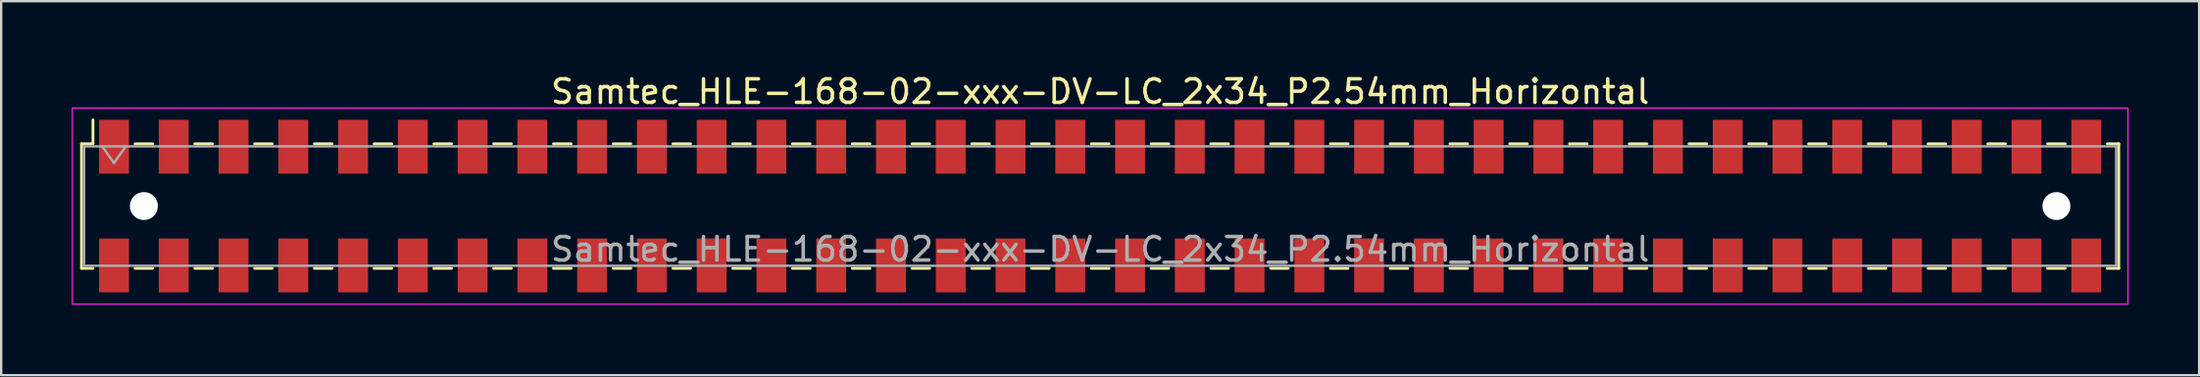
<source format=kicad_pcb>
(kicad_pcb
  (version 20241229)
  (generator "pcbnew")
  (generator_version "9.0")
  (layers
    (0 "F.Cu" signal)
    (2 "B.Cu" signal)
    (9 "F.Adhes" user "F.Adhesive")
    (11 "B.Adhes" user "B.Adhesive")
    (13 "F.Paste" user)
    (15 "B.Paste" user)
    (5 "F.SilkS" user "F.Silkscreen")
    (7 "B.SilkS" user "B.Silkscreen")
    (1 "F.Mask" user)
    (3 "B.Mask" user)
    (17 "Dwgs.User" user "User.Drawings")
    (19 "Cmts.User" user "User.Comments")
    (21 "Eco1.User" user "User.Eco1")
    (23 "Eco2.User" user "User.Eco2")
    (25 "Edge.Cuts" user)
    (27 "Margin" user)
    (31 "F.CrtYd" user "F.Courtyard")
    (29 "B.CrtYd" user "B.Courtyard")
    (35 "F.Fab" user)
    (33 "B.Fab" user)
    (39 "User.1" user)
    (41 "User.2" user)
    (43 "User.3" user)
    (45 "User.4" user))
  (footprint "Samtec_HLE-168-02-xxx-DV-LC_2x34_P2.54mm_Horizontal"
    (layer "F.Cu")
    (at 43.705 5.718)
    (property "Reference" "Samtec_HLE-168-02-xxx-DV-LC_2x34_P2.54mm_Horizontal" (at 0 -4.87 0) (layer "F.SilkS") (effects (font (size 1 1) (thickness 0.15))))
    (attr smd)
    (fp_line (start -43.29 -2.65) (end -43.29 2.65) (stroke (width 0.12) (type solid)) (layer "F.SilkS"))
    (fp_line (start -43.29 2.65) (end -42.805 2.65) (stroke (width 0.12) (type solid)) (layer "F.SilkS"))
    (fp_line (start -42.805 -3.67) (end -42.805 -2.65) (stroke (width 0.12) (type solid)) (layer "F.SilkS"))
    (fp_line (start -42.805 -2.65) (end -43.29 -2.65) (stroke (width 0.12) (type solid)) (layer "F.SilkS"))
    (fp_line (start -41.015 -2.65) (end -40.265 -2.65) (stroke (width 0.12) (type solid)) (layer "F.SilkS"))
    (fp_line (start -41.015 2.65) (end -40.265 2.65) (stroke (width 0.12) (type solid)) (layer "F.SilkS"))
    (fp_line (start -38.475 -2.65) (end -37.725 -2.65) (stroke (width 0.12) (type solid)) (layer "F.SilkS"))
    (fp_line (start -38.475 2.65) (end -37.725 2.65) (stroke (width 0.12) (type solid)) (layer "F.SilkS"))
    (fp_line (start -35.935 -2.65) (end -35.185 -2.65) (stroke (width 0.12) (type solid)) (layer "F.SilkS"))
    (fp_line (start -35.935 2.65) (end -35.185 2.65) (stroke (width 0.12) (type solid)) (layer "F.SilkS"))
    (fp_line (start -33.395 -2.65) (end -32.645 -2.65) (stroke (width 0.12) (type solid)) (layer "F.SilkS"))
    (fp_line (start -33.395 2.65) (end -32.645 2.65) (stroke (width 0.12) (type solid)) (layer "F.SilkS"))
    (fp_line (start -30.855 -2.65) (end -30.105 -2.65) (stroke (width 0.12) (type solid)) (layer "F.SilkS"))
    (fp_line (start -30.855 2.65) (end -30.105 2.65) (stroke (width 0.12) (type solid)) (layer "F.SilkS"))
    (fp_line (start -28.315 -2.65) (end -27.565 -2.65) (stroke (width 0.12) (type solid)) (layer "F.SilkS"))
    (fp_line (start -28.315 2.65) (end -27.565 2.65) (stroke (width 0.12) (type solid)) (layer "F.SilkS"))
    (fp_line (start -25.775 -2.65) (end -25.025 -2.65) (stroke (width 0.12) (type solid)) (layer "F.SilkS"))
    (fp_line (start -25.775 2.65) (end -25.025 2.65) (stroke (width 0.12) (type solid)) (layer "F.SilkS"))
    (fp_line (start -23.235 -2.65) (end -22.485 -2.65) (stroke (width 0.12) (type solid)) (layer "F.SilkS"))
    (fp_line (start -23.235 2.65) (end -22.485 2.65) (stroke (width 0.12) (type solid)) (layer "F.SilkS"))
    (fp_line (start -20.695 -2.65) (end -19.945 -2.65) (stroke (width 0.12) (type solid)) (layer "F.SilkS"))
    (fp_line (start -20.695 2.65) (end -19.945 2.65) (stroke (width 0.12) (type solid)) (layer "F.SilkS"))
    (fp_line (start -18.155 -2.65) (end -17.405 -2.65) (stroke (width 0.12) (type solid)) (layer "F.SilkS"))
    (fp_line (start -18.155 2.65) (end -17.405 2.65) (stroke (width 0.12) (type solid)) (layer "F.SilkS"))
    (fp_line (start -15.615 -2.65) (end -14.865 -2.65) (stroke (width 0.12) (type solid)) (layer "F.SilkS"))
    (fp_line (start -15.615 2.65) (end -14.865 2.65) (stroke (width 0.12) (type solid)) (layer "F.SilkS"))
    (fp_line (start -13.075 -2.65) (end -12.325 -2.65) (stroke (width 0.12) (type solid)) (layer "F.SilkS"))
    (fp_line (start -13.075 2.65) (end -12.325 2.65) (stroke (width 0.12) (type solid)) (layer "F.SilkS"))
    (fp_line (start -10.535 -2.65) (end -9.785 -2.65) (stroke (width 0.12) (type solid)) (layer "F.SilkS"))
    (fp_line (start -10.535 2.65) (end -9.785 2.65) (stroke (width 0.12) (type solid)) (layer "F.SilkS"))
    (fp_line (start -7.995 -2.65) (end -7.245 -2.65) (stroke (width 0.12) (type solid)) (layer "F.SilkS"))
    (fp_line (start -7.995 2.65) (end -7.245 2.65) (stroke (width 0.12) (type solid)) (layer "F.SilkS"))
    (fp_line (start -5.455 -2.65) (end -4.705 -2.65) (stroke (width 0.12) (type solid)) (layer "F.SilkS"))
    (fp_line (start -5.455 2.65) (end -4.705 2.65) (stroke (width 0.12) (type solid)) (layer "F.SilkS"))
    (fp_line (start -2.915 -2.65) (end -2.165 -2.65) (stroke (width 0.12) (type solid)) (layer "F.SilkS"))
    (fp_line (start -2.915 2.65) (end -2.165 2.65) (stroke (width 0.12) (type solid)) (layer "F.SilkS"))
    (fp_line (start -0.375 -2.65) (end 0.375 -2.65) (stroke (width 0.12) (type solid)) (layer "F.SilkS"))
    (fp_line (start -0.375 2.65) (end 0.375 2.65) (stroke (width 0.12) (type solid)) (layer "F.SilkS"))
    (fp_line (start 2.165 -2.65) (end 2.915 -2.65) (stroke (width 0.12) (type solid)) (layer "F.SilkS"))
    (fp_line (start 2.165 2.65) (end 2.915 2.65) (stroke (width 0.12) (type solid)) (layer "F.SilkS"))
    (fp_line (start 4.705 -2.65) (end 5.455 -2.65) (stroke (width 0.12) (type solid)) (layer "F.SilkS"))
    (fp_line (start 4.705 2.65) (end 5.455 2.65) (stroke (width 0.12) (type solid)) (layer "F.SilkS"))
    (fp_line (start 7.245 -2.65) (end 7.995 -2.65) (stroke (width 0.12) (type solid)) (layer "F.SilkS"))
    (fp_line (start 7.245 2.65) (end 7.995 2.65) (stroke (width 0.12) (type solid)) (layer "F.SilkS"))
    (fp_line (start 9.785 -2.65) (end 10.535 -2.65) (stroke (width 0.12) (type solid)) (layer "F.SilkS"))
    (fp_line (start 9.785 2.65) (end 10.535 2.65) (stroke (width 0.12) (type solid)) (layer "F.SilkS"))
    (fp_line (start 12.325 -2.65) (end 13.075 -2.65) (stroke (width 0.12) (type solid)) (layer "F.SilkS"))
    (fp_line (start 12.325 2.65) (end 13.075 2.65) (stroke (width 0.12) (type solid)) (layer "F.SilkS"))
    (fp_line (start 14.865 -2.65) (end 15.615 -2.65) (stroke (width 0.12) (type solid)) (layer "F.SilkS"))
    (fp_line (start 14.865 2.65) (end 15.615 2.65) (stroke (width 0.12) (type solid)) (layer "F.SilkS"))
    (fp_line (start 17.405 -2.65) (end 18.155 -2.65) (stroke (width 0.12) (type solid)) (layer "F.SilkS"))
    (fp_line (start 17.405 2.65) (end 18.155 2.65) (stroke (width 0.12) (type solid)) (layer "F.SilkS"))
    (fp_line (start 19.945 -2.65) (end 20.695 -2.65) (stroke (width 0.12) (type solid)) (layer "F.SilkS"))
    (fp_line (start 19.945 2.65) (end 20.695 2.65) (stroke (width 0.12) (type solid)) (layer "F.SilkS"))
    (fp_line (start 22.485 -2.65) (end 23.235 -2.65) (stroke (width 0.12) (type solid)) (layer "F.SilkS"))
    (fp_line (start 22.485 2.65) (end 23.235 2.65) (stroke (width 0.12) (type solid)) (layer "F.SilkS"))
    (fp_line (start 25.025 -2.65) (end 25.775 -2.65) (stroke (width 0.12) (type solid)) (layer "F.SilkS"))
    (fp_line (start 25.025 2.65) (end 25.775 2.65) (stroke (width 0.12) (type solid)) (layer "F.SilkS"))
    (fp_line (start 27.565 -2.65) (end 28.315 -2.65) (stroke (width 0.12) (type solid)) (layer "F.SilkS"))
    (fp_line (start 27.565 2.65) (end 28.315 2.65) (stroke (width 0.12) (type solid)) (layer "F.SilkS"))
    (fp_line (start 30.105 -2.65) (end 30.855 -2.65) (stroke (width 0.12) (type solid)) (layer "F.SilkS"))
    (fp_line (start 30.105 2.65) (end 30.855 2.65) (stroke (width 0.12) (type solid)) (layer "F.SilkS"))
    (fp_line (start 32.645 -2.65) (end 33.395 -2.65) (stroke (width 0.12) (type solid)) (layer "F.SilkS"))
    (fp_line (start 32.645 2.65) (end 33.395 2.65) (stroke (width 0.12) (type solid)) (layer "F.SilkS"))
    (fp_line (start 35.185 -2.65) (end 35.935 -2.65) (stroke (width 0.12) (type solid)) (layer "F.SilkS"))
    (fp_line (start 35.185 2.65) (end 35.935 2.65) (stroke (width 0.12) (type solid)) (layer "F.SilkS"))
    (fp_line (start 37.725 -2.65) (end 38.475 -2.65) (stroke (width 0.12) (type solid)) (layer "F.SilkS"))
    (fp_line (start 37.725 2.65) (end 38.475 2.65) (stroke (width 0.12) (type solid)) (layer "F.SilkS"))
    (fp_line (start 40.265 -2.65) (end 41.015 -2.65) (stroke (width 0.12) (type solid)) (layer "F.SilkS"))
    (fp_line (start 40.265 2.65) (end 41.015 2.65) (stroke (width 0.12) (type solid)) (layer "F.SilkS"))
    (fp_line (start 42.805 -2.65) (end 43.29 -2.65) (stroke (width 0.12) (type solid)) (layer "F.SilkS"))
    (fp_line (start 43.29 -2.65) (end 43.29 2.65) (stroke (width 0.12) (type solid)) (layer "F.SilkS"))
    (fp_line (start 43.29 2.65) (end 42.805 2.65) (stroke (width 0.12) (type solid)) (layer "F.SilkS"))
    (fp_line (start -43.68 -4.17) (end 43.68 -4.17) (stroke (width 0.05) (type solid)) (layer "F.CrtYd"))
    (fp_line (start -43.68 4.17) (end -43.68 -4.17) (stroke (width 0.05) (type solid)) (layer "F.CrtYd"))
    (fp_line (start 43.68 -4.17) (end 43.68 4.17) (stroke (width 0.05) (type solid)) (layer "F.CrtYd"))
    (fp_line (start 43.68 4.17) (end -43.68 4.17) (stroke (width 0.05) (type solid)) (layer "F.CrtYd"))
    (fp_line (start -43.18 -2.54) (end 43.18 -2.54) (stroke (width 0.1) (type solid)) (layer "F.Fab"))
    (fp_line (start -43.18 2.54) (end -43.18 -2.54) (stroke (width 0.1) (type solid)) (layer "F.Fab"))
    (fp_line (start -42.41 -2.54) (end -41.91 -1.833) (stroke (width 0.1) (type solid)) (layer "F.Fab"))
    (fp_line (start -41.91 -1.833) (end -41.41 -2.54) (stroke (width 0.1) (type solid)) (layer "F.Fab"))
    (fp_line (start 43.18 -2.54) (end 43.18 2.54) (stroke (width 0.1) (type solid)) (layer "F.Fab"))
    (fp_line (start 43.18 2.54) (end -43.18 2.54) (stroke (width 0.1) (type solid)) (layer "F.Fab"))
    (fp_text user "${REFERENCE}" (at 0 1.84 0) (layer "F.Fab") (effects (font (size 1 1) (thickness 0.15))))
    (pad "" np_thru_hole circle (at -40.64 0) (size 1.19 1.19) (drill 1.19) (layers "*.Cu" "*.Mask"))
    (pad "" np_thru_hole circle (at 40.64 0) (size 1.19 1.19) (drill 1.19) (layers "*.Cu" "*.Mask"))
    (pad "1" smd rect (at -41.91 -2.525) (size 1.27 2.29) (layers "F.Cu" "F.Mask" "F.Paste"))
    (pad "2" smd rect (at -41.91 2.525) (size 1.27 2.29) (layers "F.Cu" "F.Mask" "F.Paste"))
    (pad "3" smd rect (at -39.37 -2.525) (size 1.27 2.29) (layers "F.Cu" "F.Mask" "F.Paste"))
    (pad "4" smd rect (at -39.37 2.525) (size 1.27 2.29) (layers "F.Cu" "F.Mask" "F.Paste"))
    (pad "5" smd rect (at -36.83 -2.525) (size 1.27 2.29) (layers "F.Cu" "F.Mask" "F.Paste"))
    (pad "6" smd rect (at -36.83 2.525) (size 1.27 2.29) (layers "F.Cu" "F.Mask" "F.Paste"))
    (pad "7" smd rect (at -34.29 -2.525) (size 1.27 2.29) (layers "F.Cu" "F.Mask" "F.Paste"))
    (pad "8" smd rect (at -34.29 2.525) (size 1.27 2.29) (layers "F.Cu" "F.Mask" "F.Paste"))
    (pad "9" smd rect (at -31.75 -2.525) (size 1.27 2.29) (layers "F.Cu" "F.Mask" "F.Paste"))
    (pad "10" smd rect (at -31.75 2.525) (size 1.27 2.29) (layers "F.Cu" "F.Mask" "F.Paste"))
    (pad "11" smd rect (at -29.21 -2.525) (size 1.27 2.29) (layers "F.Cu" "F.Mask" "F.Paste"))
    (pad "12" smd rect (at -29.21 2.525) (size 1.27 2.29) (layers "F.Cu" "F.Mask" "F.Paste"))
    (pad "13" smd rect (at -26.67 -2.525) (size 1.27 2.29) (layers "F.Cu" "F.Mask" "F.Paste"))
    (pad "14" smd rect (at -26.67 2.525) (size 1.27 2.29) (layers "F.Cu" "F.Mask" "F.Paste"))
    (pad "15" smd rect (at -24.13 -2.525) (size 1.27 2.29) (layers "F.Cu" "F.Mask" "F.Paste"))
    (pad "16" smd rect (at -24.13 2.525) (size 1.27 2.29) (layers "F.Cu" "F.Mask" "F.Paste"))
    (pad "17" smd rect (at -21.59 -2.525) (size 1.27 2.29) (layers "F.Cu" "F.Mask" "F.Paste"))
    (pad "18" smd rect (at -21.59 2.525) (size 1.27 2.29) (layers "F.Cu" "F.Mask" "F.Paste"))
    (pad "19" smd rect (at -19.05 -2.525) (size 1.27 2.29) (layers "F.Cu" "F.Mask" "F.Paste"))
    (pad "20" smd rect (at -19.05 2.525) (size 1.27 2.29) (layers "F.Cu" "F.Mask" "F.Paste"))
    (pad "21" smd rect (at -16.51 -2.525) (size 1.27 2.29) (layers "F.Cu" "F.Mask" "F.Paste"))
    (pad "22" smd rect (at -16.51 2.525) (size 1.27 2.29) (layers "F.Cu" "F.Mask" "F.Paste"))
    (pad "23" smd rect (at -13.97 -2.525) (size 1.27 2.29) (layers "F.Cu" "F.Mask" "F.Paste"))
    (pad "24" smd rect (at -13.97 2.525) (size 1.27 2.29) (layers "F.Cu" "F.Mask" "F.Paste"))
    (pad "25" smd rect (at -11.43 -2.525) (size 1.27 2.29) (layers "F.Cu" "F.Mask" "F.Paste"))
    (pad "26" smd rect (at -11.43 2.525) (size 1.27 2.29) (layers "F.Cu" "F.Mask" "F.Paste"))
    (pad "27" smd rect (at -8.89 -2.525) (size 1.27 2.29) (layers "F.Cu" "F.Mask" "F.Paste"))
    (pad "28" smd rect (at -8.89 2.525) (size 1.27 2.29) (layers "F.Cu" "F.Mask" "F.Paste"))
    (pad "29" smd rect (at -6.35 -2.525) (size 1.27 2.29) (layers "F.Cu" "F.Mask" "F.Paste"))
    (pad "30" smd rect (at -6.35 2.525) (size 1.27 2.29) (layers "F.Cu" "F.Mask" "F.Paste"))
    (pad "31" smd rect (at -3.81 -2.525) (size 1.27 2.29) (layers "F.Cu" "F.Mask" "F.Paste"))
    (pad "32" smd rect (at -3.81 2.525) (size 1.27 2.29) (layers "F.Cu" "F.Mask" "F.Paste"))
    (pad "33" smd rect (at -1.27 -2.525) (size 1.27 2.29) (layers "F.Cu" "F.Mask" "F.Paste"))
    (pad "34" smd rect (at -1.27 2.525) (size 1.27 2.29) (layers "F.Cu" "F.Mask" "F.Paste"))
    (pad "35" smd rect (at 1.27 -2.525) (size 1.27 2.29) (layers "F.Cu" "F.Mask" "F.Paste"))
    (pad "36" smd rect (at 1.27 2.525) (size 1.27 2.29) (layers "F.Cu" "F.Mask" "F.Paste"))
    (pad "37" smd rect (at 3.81 -2.525) (size 1.27 2.29) (layers "F.Cu" "F.Mask" "F.Paste"))
    (pad "38" smd rect (at 3.81 2.525) (size 1.27 2.29) (layers "F.Cu" "F.Mask" "F.Paste"))
    (pad "39" smd rect (at 6.35 -2.525) (size 1.27 2.29) (layers "F.Cu" "F.Mask" "F.Paste"))
    (pad "40" smd rect (at 6.35 2.525) (size 1.27 2.29) (layers "F.Cu" "F.Mask" "F.Paste"))
    (pad "41" smd rect (at 8.89 -2.525) (size 1.27 2.29) (layers "F.Cu" "F.Mask" "F.Paste"))
    (pad "42" smd rect (at 8.89 2.525) (size 1.27 2.29) (layers "F.Cu" "F.Mask" "F.Paste"))
    (pad "43" smd rect (at 11.43 -2.525) (size 1.27 2.29) (layers "F.Cu" "F.Mask" "F.Paste"))
    (pad "44" smd rect (at 11.43 2.525) (size 1.27 2.29) (layers "F.Cu" "F.Mask" "F.Paste"))
    (pad "45" smd rect (at 13.97 -2.525) (size 1.27 2.29) (layers "F.Cu" "F.Mask" "F.Paste"))
    (pad "46" smd rect (at 13.97 2.525) (size 1.27 2.29) (layers "F.Cu" "F.Mask" "F.Paste"))
    (pad "47" smd rect (at 16.51 -2.525) (size 1.27 2.29) (layers "F.Cu" "F.Mask" "F.Paste"))
    (pad "48" smd rect (at 16.51 2.525) (size 1.27 2.29) (layers "F.Cu" "F.Mask" "F.Paste"))
    (pad "49" smd rect (at 19.05 -2.525) (size 1.27 2.29) (layers "F.Cu" "F.Mask" "F.Paste"))
    (pad "50" smd rect (at 19.05 2.525) (size 1.27 2.29) (layers "F.Cu" "F.Mask" "F.Paste"))
    (pad "51" smd rect (at 21.59 -2.525) (size 1.27 2.29) (layers "F.Cu" "F.Mask" "F.Paste"))
    (pad "52" smd rect (at 21.59 2.525) (size 1.27 2.29) (layers "F.Cu" "F.Mask" "F.Paste"))
    (pad "53" smd rect (at 24.13 -2.525) (size 1.27 2.29) (layers "F.Cu" "F.Mask" "F.Paste"))
    (pad "54" smd rect (at 24.13 2.525) (size 1.27 2.29) (layers "F.Cu" "F.Mask" "F.Paste"))
    (pad "55" smd rect (at 26.67 -2.525) (size 1.27 2.29) (layers "F.Cu" "F.Mask" "F.Paste"))
    (pad "56" smd rect (at 26.67 2.525) (size 1.27 2.29) (layers "F.Cu" "F.Mask" "F.Paste"))
    (pad "57" smd rect (at 29.21 -2.525) (size 1.27 2.29) (layers "F.Cu" "F.Mask" "F.Paste"))
    (pad "58" smd rect (at 29.21 2.525) (size 1.27 2.29) (layers "F.Cu" "F.Mask" "F.Paste"))
    (pad "59" smd rect (at 31.75 -2.525) (size 1.27 2.29) (layers "F.Cu" "F.Mask" "F.Paste"))
    (pad "60" smd rect (at 31.75 2.525) (size 1.27 2.29) (layers "F.Cu" "F.Mask" "F.Paste"))
    (pad "61" smd rect (at 34.29 -2.525) (size 1.27 2.29) (layers "F.Cu" "F.Mask" "F.Paste"))
    (pad "62" smd rect (at 34.29 2.525) (size 1.27 2.29) (layers "F.Cu" "F.Mask" "F.Paste"))
    (pad "63" smd rect (at 36.83 -2.525) (size 1.27 2.29) (layers "F.Cu" "F.Mask" "F.Paste"))
    (pad "64" smd rect (at 36.83 2.525) (size 1.27 2.29) (layers "F.Cu" "F.Mask" "F.Paste"))
    (pad "65" smd rect (at 39.37 -2.525) (size 1.27 2.29) (layers "F.Cu" "F.Mask" "F.Paste"))
    (pad "66" smd rect (at 39.37 2.525) (size 1.27 2.29) (layers "F.Cu" "F.Mask" "F.Paste"))
    (pad "67" smd rect (at 41.91 -2.525) (size 1.27 2.29) (layers "F.Cu" "F.Mask" "F.Paste"))
    (pad "68" smd rect (at 41.91 2.525) (size 1.27 2.29) (layers "F.Cu" "F.Mask" "F.Paste")))
  (gr_rect
    (start -3 -3)
    (end 90.41 12.913)
    (stroke (width 0.1) (type default))
    (fill no)
    (layer "Edge.Cuts")))
</source>
